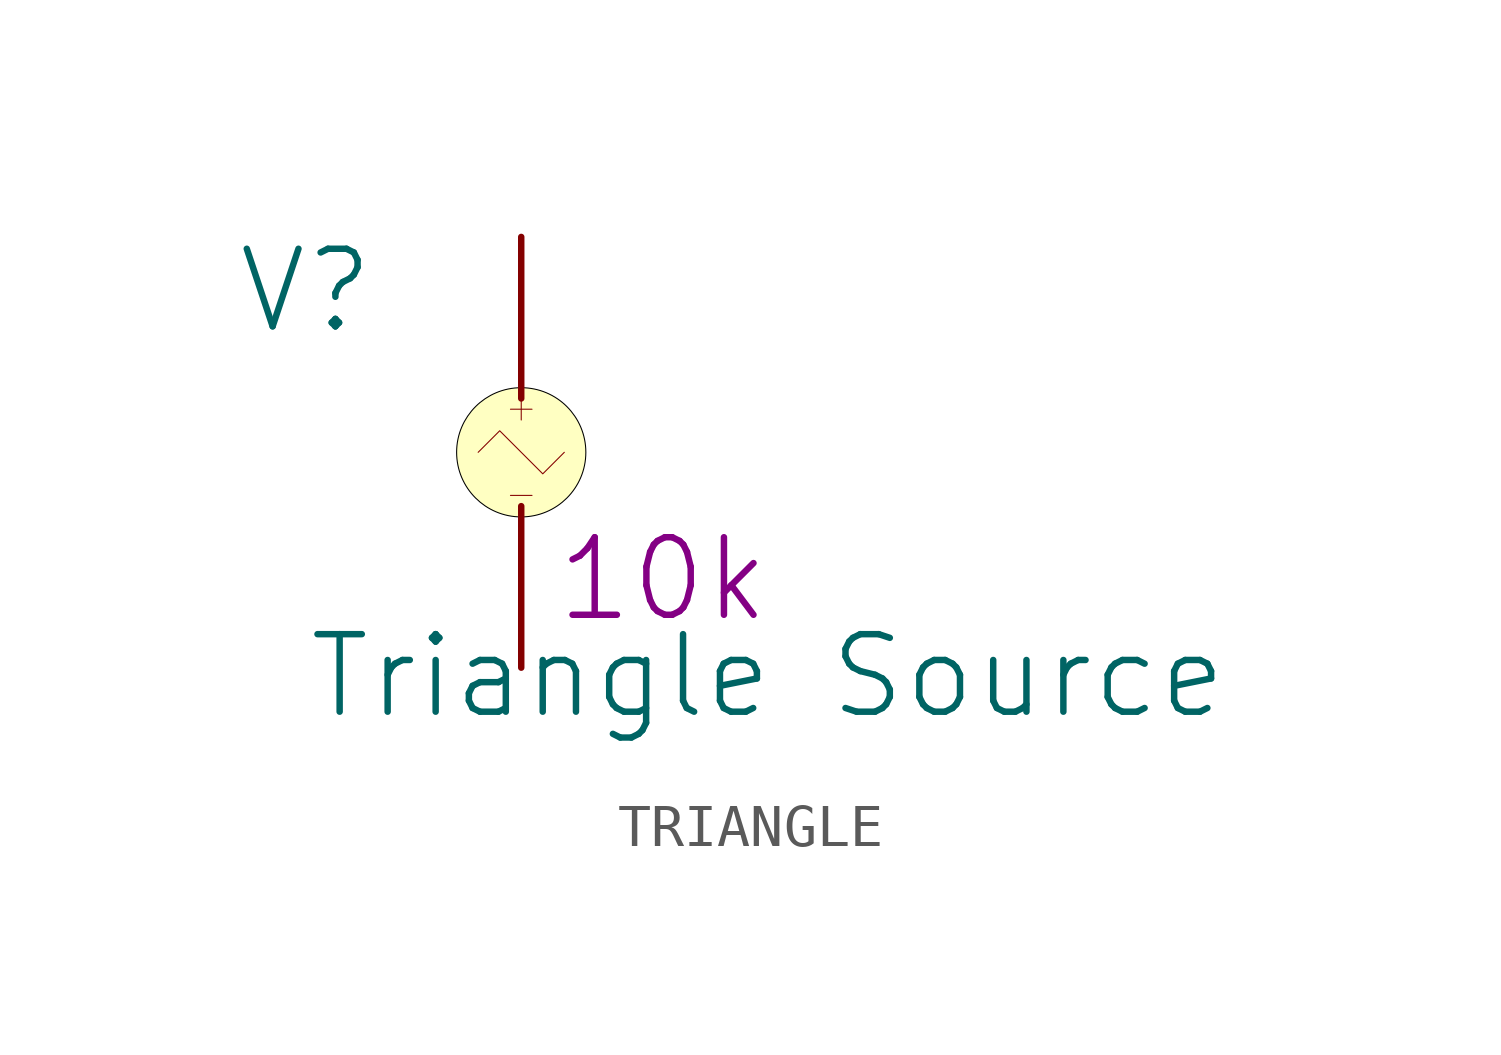
<source format=kicad_sym>
(kicad_symbol_lib
  (version 20241209)
  (generator "kicad_symbol_editor")
  (generator_version "9.0")
  (symbol "TRIANGLE"
    (pin_numbers
      (hide yes))
    (pin_names
      (hide yes))
    (property "Reference" "V"
      (at 0 -1.27 0)
      (effects (font (size 1.829 1.829))))
    (property "Value" "Triangle Source"
      (at 0 -11.43 0)
      (effects (font (size 1.829 1.829)) (justify left bottom)))
    (property "FREQ" "10k"
      (at 5.842 -9.144 0)
      (effects (font (size 1.829 1.829)) (justify left bottom)))
    (symbol "TRIANGLE_1_0"
      (polyline (pts (xy 4.064 -5.08) (xy 4.572 -4.572) (xy 5.588 -5.588) (xy 6.096 -5.08)) (stroke (width 0.025) (type solid)) (fill (type none)))
      (polyline (pts (xy 4.826 -4.064) (xy 5.334 -4.064)) (stroke (width 0.025) (type solid)) (fill (type none)))
      (polyline (pts (xy 4.826 -6.096) (xy 5.334 -6.096)) (stroke (width 0.025) (type solid)) (fill (type none)))
      (polyline (pts (xy 5.08 -3.81) (xy 5.08 -4.318)) (stroke (width 0.025) (type solid)) (fill (type none)))
      (circle (center 5.08 -5.08) (radius 1.524) (stroke (width 0.025) (type solid) (color 0 0 0 1)) (fill (type background)))
      (pin passive line (at 5.08 0 270) (length 3.81) (name "OUT+" (effects (font (size 1.27 1.27)))) (number "1" (effects (font (size 1.27 1.27)))))
      (pin passive line (at 5.08 -10.16 90) (length 3.81) (name "OUT-" (effects (font (size 1.27 1.27)))) (number "2" (effects (font (size 1.27 1.27))))))))
</source>
